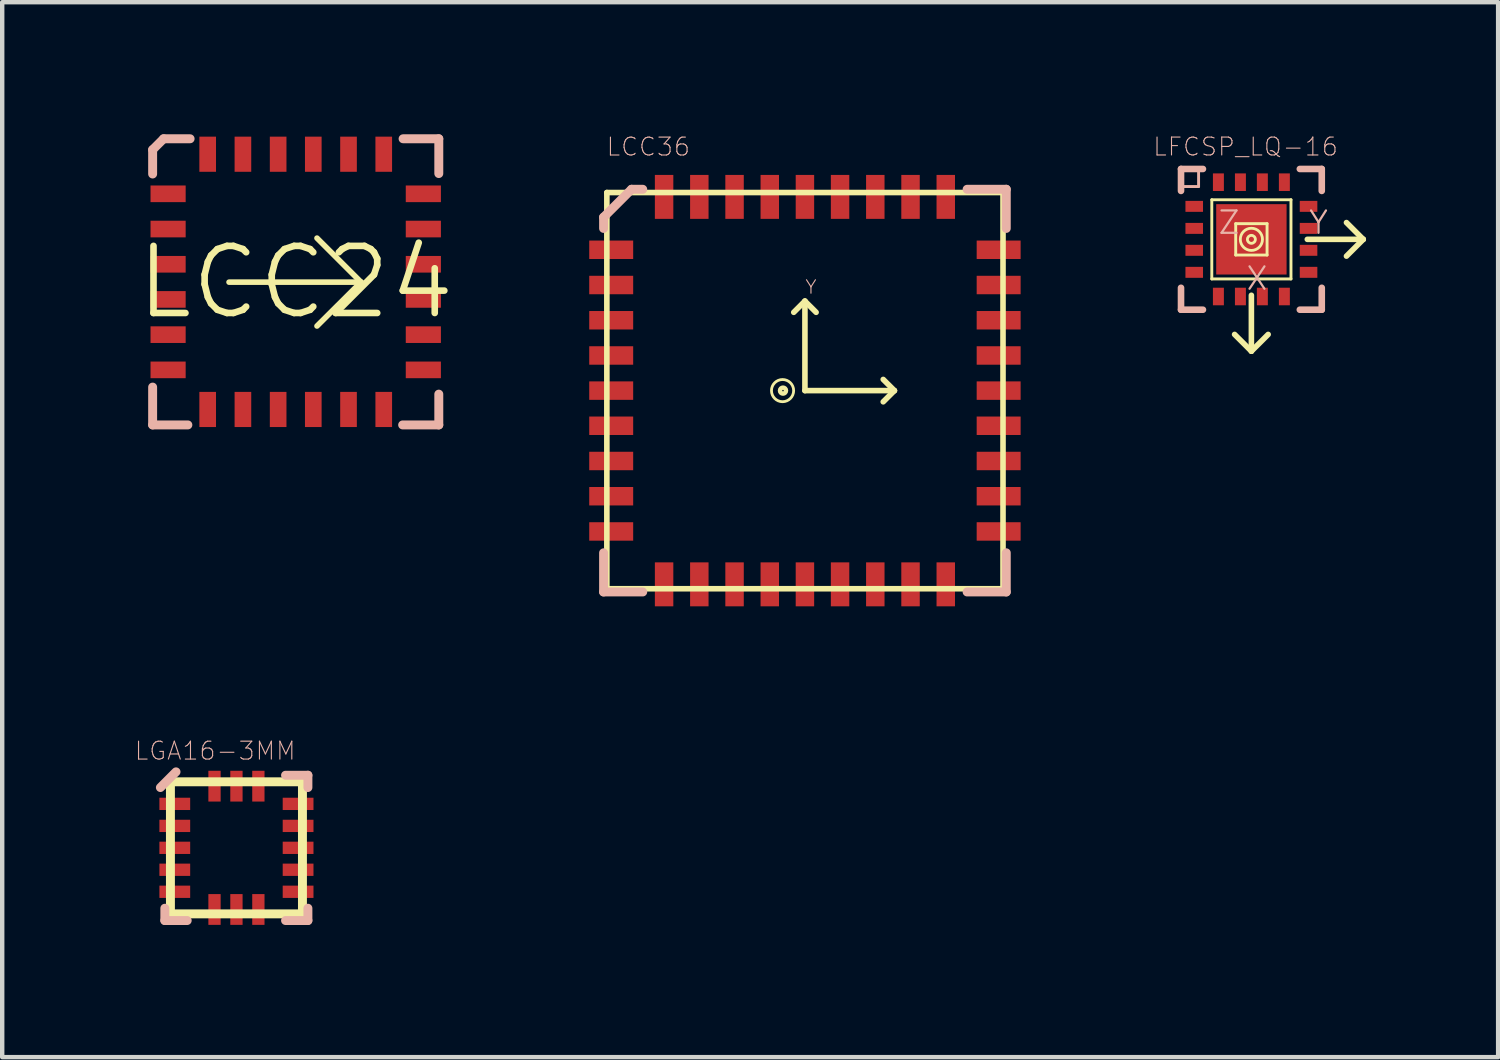
<source format=kicad_pcb>
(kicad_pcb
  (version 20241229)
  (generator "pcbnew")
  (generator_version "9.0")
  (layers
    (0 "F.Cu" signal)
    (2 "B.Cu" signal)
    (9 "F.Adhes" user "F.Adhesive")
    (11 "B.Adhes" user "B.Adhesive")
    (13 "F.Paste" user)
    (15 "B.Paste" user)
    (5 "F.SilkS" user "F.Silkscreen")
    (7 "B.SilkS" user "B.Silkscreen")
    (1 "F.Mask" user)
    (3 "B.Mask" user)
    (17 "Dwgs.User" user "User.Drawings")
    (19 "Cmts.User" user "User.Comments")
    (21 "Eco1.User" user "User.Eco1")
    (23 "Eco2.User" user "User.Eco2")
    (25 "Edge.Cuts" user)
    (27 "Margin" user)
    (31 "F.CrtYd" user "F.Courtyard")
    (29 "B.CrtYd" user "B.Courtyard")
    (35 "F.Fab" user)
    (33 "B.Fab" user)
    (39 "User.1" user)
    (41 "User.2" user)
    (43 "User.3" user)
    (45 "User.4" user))
  (footprint "LFCSP_LQ-16"
    (layer "F.Cu")
    (at 25.366 2.385)
    (property "Reference" "LFCSP_LQ-16" (at -0.132 -2.103 0) (layer "B.SilkS") (effects (font (size 0.406 0.406) (thickness 0.025))))
    (attr smd)
    (fp_line (start -0.899 -0.899) (end 0.899 -0.899) (stroke (width 0.066) (type solid)) (layer "F.SilkS"))
    (fp_line (start -0.899 0.899) (end -0.899 -0.899) (stroke (width 0.066) (type solid)) (layer "F.SilkS"))
    (fp_line (start -0.899 0.899) (end 0.899 0.899) (stroke (width 0.066) (type solid)) (layer "F.SilkS"))
    (fp_line (start -0.356 -0.356) (end 0.356 -0.356) (stroke (width 0.066) (type solid)) (layer "F.SilkS"))
    (fp_line (start -0.356 0.356) (end -0.356 -0.356) (stroke (width 0.066) (type solid)) (layer "F.SilkS"))
    (fp_line (start -0.356 0.356) (end 0.356 0.356) (stroke (width 0.066) (type solid)) (layer "F.SilkS"))
    (fp_line (start 0 1.27) (end 0 2.54) (stroke (width 0.127) (type solid)) (layer "F.SilkS"))
    (fp_line (start 0 2.54) (end -0.381 2.159) (stroke (width 0.127) (type solid)) (layer "F.SilkS"))
    (fp_line (start 0 2.54) (end 0.381 2.159) (stroke (width 0.127) (type solid)) (layer "F.SilkS"))
    (fp_line (start 0.356 0.356) (end 0.356 -0.356) (stroke (width 0.066) (type solid)) (layer "F.SilkS"))
    (fp_line (start 0.899 0.899) (end 0.899 -0.899) (stroke (width 0.066) (type solid)) (layer "F.SilkS"))
    (fp_line (start 1.27 0) (end 2.54 0) (stroke (width 0.127) (type solid)) (layer "F.SilkS"))
    (fp_line (start 2.54 0) (end 2.159 -0.381) (stroke (width 0.127) (type solid)) (layer "F.SilkS"))
    (fp_line (start 2.54 0) (end 2.159 0.381) (stroke (width 0.127) (type solid)) (layer "F.SilkS"))
    (fp_circle (center 0 0) (end -0.178 0.178) (stroke (width 0.064) (type solid)) (fill no) (layer "F.SilkS"))
    (fp_circle (center 0 0) (end -0.064 0.064) (stroke (width 0.064) (type solid)) (fill no) (layer "F.SilkS"))
    (fp_line (start -1.598 -1.598) (end -1.199 -1.598) (stroke (width 0.066) (type solid)) (layer "B.SilkS"))
    (fp_line (start -1.598 -1.598) (end -1.1 -1.598) (stroke (width 0.15) (type solid)) (layer "B.SilkS"))
    (fp_line (start -1.598 -1.199) (end -1.598 -1.598) (stroke (width 0.066) (type solid)) (layer "B.SilkS"))
    (fp_line (start -1.598 -1.199) (end -1.199 -1.199) (stroke (width 0.066) (type solid)) (layer "B.SilkS"))
    (fp_line (start -1.598 -1.1) (end -1.598 -1.598) (stroke (width 0.15) (type solid)) (layer "B.SilkS"))
    (fp_line (start -1.598 1.598) (end -1.598 1.1) (stroke (width 0.15) (type solid)) (layer "B.SilkS"))
    (fp_line (start -1.199 -1.199) (end -1.199 -1.598) (stroke (width 0.066) (type solid)) (layer "B.SilkS"))
    (fp_line (start -1.1 1.598) (end -1.598 1.598) (stroke (width 0.15) (type solid)) (layer "B.SilkS"))
    (fp_line (start 1.1 -1.598) (end 1.598 -1.598) (stroke (width 0.15) (type solid)) (layer "B.SilkS"))
    (fp_line (start 1.598 -1.598) (end 1.598 -1.1) (stroke (width 0.15) (type solid)) (layer "B.SilkS"))
    (fp_line (start 1.598 1.1) (end 1.598 1.598) (stroke (width 0.15) (type solid)) (layer "B.SilkS"))
    (fp_line (start 1.598 1.598) (end 1.1 1.598) (stroke (width 0.15) (type solid)) (layer "B.SilkS"))
    (fp_text user "X" (at 0.127 0.889 0) (layer "B.SilkS") (effects (font (size 0.508 0.508) (thickness 0.051))))
    (fp_text user "Y" (at 1.524 -0.381 0) (layer "B.SilkS") (effects (font (size 0.508 0.508) (thickness 0.051))))
    (fp_text user "Z" (at -0.508 -0.381 0) (layer "B.SilkS") (effects (font (size 0.508 0.508) (thickness 0.051))))
    (pad "1" smd rect (at -1.298 -0.749) (size 0.399 0.249) (layers "F.Cu" "F.Mask" "F.Paste"))
    (pad "2" smd rect (at -1.298 -0.249) (size 0.399 0.249) (layers "F.Cu" "F.Mask" "F.Paste"))
    (pad "3" smd rect (at -1.298 0.249) (size 0.399 0.249) (layers "F.Cu" "F.Mask" "F.Paste"))
    (pad "4" smd rect (at -1.298 0.749) (size 0.399 0.249) (layers "F.Cu" "F.Mask" "F.Paste"))
    (pad "5" smd rect (at -0.749 1.298 90) (size 0.399 0.249) (layers "F.Cu" "F.Mask" "F.Paste"))
    (pad "6" smd rect (at -0.249 1.298 90) (size 0.399 0.249) (layers "F.Cu" "F.Mask" "F.Paste"))
    (pad "7" smd rect (at 0.249 1.298 90) (size 0.399 0.249) (layers "F.Cu" "F.Mask" "F.Paste"))
    (pad "8" smd rect (at 0.749 1.298 90) (size 0.399 0.249) (layers "F.Cu" "F.Mask" "F.Paste"))
    (pad "9" smd rect (at 1.298 0.749 180) (size 0.399 0.249) (layers "F.Cu" "F.Mask" "F.Paste"))
    (pad "10" smd rect (at 1.298 0.249 180) (size 0.399 0.249) (layers "F.Cu" "F.Mask" "F.Paste"))
    (pad "11" smd rect (at 1.298 -0.249 180) (size 0.399 0.249) (layers "F.Cu" "F.Mask" "F.Paste"))
    (pad "12" smd rect (at 1.298 -0.749 180) (size 0.399 0.249) (layers "F.Cu" "F.Mask" "F.Paste"))
    (pad "13" smd rect (at 0.749 -1.298 270) (size 0.399 0.249) (layers "F.Cu" "F.Mask" "F.Paste"))
    (pad "14" smd rect (at 0.249 -1.298 270) (size 0.399 0.249) (layers "F.Cu" "F.Mask" "F.Paste"))
    (pad "15" smd rect (at -0.249 -1.298 270) (size 0.399 0.249) (layers "F.Cu" "F.Mask" "F.Paste"))
    (pad "16" smd rect (at -0.749 -1.298 270) (size 0.399 0.249) (layers "F.Cu" "F.Mask" "F.Paste"))
    (pad "EXP" smd rect (at 0 0) (size 1.598 1.598) (layers "F.Cu" "F.Mask" "F.Paste")))
  (footprint "LGA16-3MM"
    (layer "F.Cu")
    (at 2.319 16.202)
    (property "Reference" "LGA16-3MM" (at -0.483 -2.202 0) (layer "B.SilkS") (effects (font (size 0.406 0.406) (thickness 0.025))))
    (attr smd)
    (fp_line (start -1.499 -1.499) (end 1.499 -1.499) (stroke (width 0.203) (type solid)) (layer "F.SilkS"))
    (fp_line (start -1.499 1.499) (end -1.499 -1.499) (stroke (width 0.203) (type solid)) (layer "F.SilkS"))
    (fp_line (start 1.499 -1.499) (end 1.499 1.499) (stroke (width 0.203) (type solid)) (layer "F.SilkS"))
    (fp_line (start 1.499 1.499) (end -1.499 1.499) (stroke (width 0.203) (type solid)) (layer "F.SilkS"))
    (fp_line (start -1.727 -1.369) (end -1.372 -1.725) (stroke (width 0.203) (type solid)) (layer "B.SilkS"))
    (fp_line (start -1.626 1.372) (end -1.626 1.651) (stroke (width 0.203) (type solid)) (layer "B.SilkS"))
    (fp_line (start -1.626 1.651) (end -1.118 1.651) (stroke (width 0.203) (type solid)) (layer "B.SilkS"))
    (fp_line (start 1.115 -1.648) (end 1.623 -1.648) (stroke (width 0.203) (type solid)) (layer "B.SilkS"))
    (fp_line (start 1.115 1.651) (end 1.623 1.651) (stroke (width 0.203) (type solid)) (layer "B.SilkS"))
    (fp_line (start 1.623 -1.648) (end 1.623 -1.369) (stroke (width 0.203) (type solid)) (layer "B.SilkS"))
    (fp_line (start 1.623 1.372) (end 1.623 1.651) (stroke (width 0.203) (type solid)) (layer "B.SilkS"))
    (pad "1" smd rect (at -1.4 -0.998 180) (size 0.699 0.279) (layers "F.Cu" "F.Mask" "F.Paste"))
    (pad "2" smd rect (at -1.4 -0.498) (size 0.699 0.279) (layers "F.Cu" "F.Mask" "F.Paste"))
    (pad "3" smd rect (at -1.4 0) (size 0.699 0.279) (layers "F.Cu" "F.Mask" "F.Paste"))
    (pad "4" smd rect (at -1.4 0.498) (size 0.699 0.279) (layers "F.Cu" "F.Mask" "F.Paste"))
    (pad "5" smd rect (at -1.4 0.998 180) (size 0.699 0.279) (layers "F.Cu" "F.Mask" "F.Paste"))
    (pad "6" smd rect (at -0.498 1.4 90) (size 0.699 0.279) (layers "F.Cu" "F.Mask" "F.Paste"))
    (pad "7" smd rect (at 0 1.4 90) (size 0.699 0.279) (layers "F.Cu" "F.Mask" "F.Paste"))
    (pad "8" smd rect (at 0.498 1.4 90) (size 0.699 0.279) (layers "F.Cu" "F.Mask" "F.Paste"))
    (pad "9" smd rect (at 1.4 0.998 180) (size 0.699 0.279) (layers "F.Cu" "F.Mask" "F.Paste"))
    (pad "10" smd rect (at 1.4 0.498 180) (size 0.699 0.279) (layers "F.Cu" "F.Mask" "F.Paste"))
    (pad "11" smd rect (at 1.4 0 180) (size 0.699 0.279) (layers "F.Cu" "F.Mask" "F.Paste"))
    (pad "12" smd rect (at 1.4 -0.498 180) (size 0.699 0.279) (layers "F.Cu" "F.Mask" "F.Paste"))
    (pad "13" smd rect (at 1.4 -0.998 180) (size 0.699 0.279) (layers "F.Cu" "F.Mask" "F.Paste"))
    (pad "14" smd rect (at 0.498 -1.4 270) (size 0.699 0.279) (layers "F.Cu" "F.Mask" "F.Paste"))
    (pad "15" smd rect (at 0 -1.4 270) (size 0.699 0.279) (layers "F.Cu" "F.Mask" "F.Paste"))
    (pad "16" smd rect (at -0.498 -1.4 270) (size 0.699 0.279) (layers "F.Cu" "F.Mask" "F.Paste")))
  (footprint "LCC24"
    (layer "F.Cu")
    (at 3.665 3.36)
    (property "Reference" "LCC24" (at 0 0 0) (layer "F.SilkS") (effects (font (size 1.524 1.524) (thickness 0.15))))
    (attr smd)
    (fp_line (start 1.483 -0.003) (end -1.514 -0.003) (stroke (width 0.127) (type solid)) (layer "F.SilkS"))
    (fp_line (start 1.483 -0.003) (end 0.483 -1.003) (stroke (width 0.127) (type solid)) (layer "F.SilkS"))
    (fp_line (start 1.483 -0.003) (end 0.483 0.993) (stroke (width 0.127) (type solid)) (layer "F.SilkS"))
    (fp_line (start -3.249 -3.01) (end -3.249 -2.459) (stroke (width 0.203) (type solid)) (layer "B.SilkS"))
    (fp_line (start -3.249 2.38) (end -3.249 3.239) (stroke (width 0.203) (type solid)) (layer "B.SilkS"))
    (fp_line (start -3.249 3.239) (end -2.449 3.239) (stroke (width 0.203) (type solid)) (layer "B.SilkS"))
    (fp_line (start -3 -3.259) (end -3.249 -3.01) (stroke (width 0.203) (type solid)) (layer "B.SilkS"))
    (fp_line (start -2.398 -3.259) (end -3 -3.259) (stroke (width 0.203) (type solid)) (layer "B.SilkS"))
    (fp_line (start 3.249 -3.259) (end 2.438 -3.259) (stroke (width 0.203) (type solid)) (layer "B.SilkS"))
    (fp_line (start 3.249 -2.469) (end 3.249 -3.259) (stroke (width 0.203) (type solid)) (layer "B.SilkS"))
    (fp_line (start 3.249 3.239) (end 2.428 3.239) (stroke (width 0.203) (type solid)) (layer "B.SilkS"))
    (fp_line (start 3.249 3.239) (end 3.249 2.54) (stroke (width 0.203) (type solid)) (layer "B.SilkS"))
    (pad "1" smd rect (at -2.898 -2.009) (size 0.798 0.378) (layers "F.Cu" "F.Mask" "F.Paste"))
    (pad "2" smd rect (at -2.898 -1.209) (size 0.798 0.378) (layers "F.Cu" "F.Mask" "F.Paste"))
    (pad "3" smd rect (at -2.898 -0.409) (size 0.798 0.378) (layers "F.Cu" "F.Mask" "F.Paste"))
    (pad "4" smd rect (at -2.898 0.389) (size 0.798 0.378) (layers "F.Cu" "F.Mask" "F.Paste"))
    (pad "5" smd rect (at -2.898 1.189) (size 0.798 0.378) (layers "F.Cu" "F.Mask" "F.Paste"))
    (pad "6" smd rect (at -2.898 1.989) (size 0.798 0.378) (layers "F.Cu" "F.Mask" "F.Paste"))
    (pad "7" smd rect (at -1.999 2.888 90) (size 0.798 0.378) (layers "F.Cu" "F.Mask" "F.Paste"))
    (pad "8" smd rect (at -1.199 2.888 90) (size 0.798 0.378) (layers "F.Cu" "F.Mask" "F.Paste"))
    (pad "9" smd rect (at -0.399 2.888 90) (size 0.798 0.378) (layers "F.Cu" "F.Mask" "F.Paste"))
    (pad "10" smd rect (at 0.399 2.888 90) (size 0.798 0.378) (layers "F.Cu" "F.Mask" "F.Paste"))
    (pad "11" smd rect (at 1.199 2.888 90) (size 0.798 0.378) (layers "F.Cu" "F.Mask" "F.Paste"))
    (pad "12" smd rect (at 1.999 2.888 90) (size 0.798 0.378) (layers "F.Cu" "F.Mask" "F.Paste"))
    (pad "13" smd rect (at 2.898 1.989) (size 0.798 0.378) (layers "F.Cu" "F.Mask" "F.Paste"))
    (pad "14" smd rect (at 2.898 1.189) (size 0.798 0.378) (layers "F.Cu" "F.Mask" "F.Paste"))
    (pad "15" smd rect (at 2.898 0.389) (size 0.798 0.378) (layers "F.Cu" "F.Mask" "F.Paste"))
    (pad "16" smd rect (at 2.898 -0.409) (size 0.798 0.378) (layers "F.Cu" "F.Mask" "F.Paste"))
    (pad "17" smd rect (at 2.898 -1.209) (size 0.798 0.378) (layers "F.Cu" "F.Mask" "F.Paste"))
    (pad "18" smd rect (at 2.898 -2.009) (size 0.798 0.378) (layers "F.Cu" "F.Mask" "F.Paste"))
    (pad "19" smd rect (at 1.999 -2.908 90) (size 0.798 0.378) (layers "F.Cu" "F.Mask" "F.Paste"))
    (pad "20" smd rect (at 1.199 -2.908 90) (size 0.798 0.378) (layers "F.Cu" "F.Mask" "F.Paste"))
    (pad "21" smd rect (at 0.399 -2.908 90) (size 0.798 0.378) (layers "F.Cu" "F.Mask" "F.Paste"))
    (pad "22" smd rect (at -0.399 -2.908 90) (size 0.798 0.378) (layers "F.Cu" "F.Mask" "F.Paste"))
    (pad "23" smd rect (at -1.199 -2.908 90) (size 0.798 0.378) (layers "F.Cu" "F.Mask" "F.Paste"))
    (pad "24" smd rect (at -1.999 -2.908 90) (size 0.798 0.378) (layers "F.Cu" "F.Mask" "F.Paste")))
  (footprint "LCC36"
    (layer "F.Cu")
    (at 15.228 5.82)
    (property "Reference" "LCC36" (at -3.556 -5.537 0) (layer "B.SilkS") (effects (font (size 0.406 0.406) (thickness 0.025))))
    (attr smd)
    (fp_line (start -4.498 -4.498) (end -4.498 4.498) (stroke (width 0.127) (type solid)) (layer "F.SilkS"))
    (fp_line (start -4.498 4.498) (end 4.498 4.498) (stroke (width 0.127) (type solid)) (layer "F.SilkS"))
    (fp_line (start -0.254 -1.778) (end 0 -2.032) (stroke (width 0.127) (type solid)) (layer "F.SilkS"))
    (fp_line (start 0 -2.032) (end 0.254 -1.778) (stroke (width 0.127) (type solid)) (layer "F.SilkS"))
    (fp_line (start 0 0) (end 0 -2.032) (stroke (width 0.127) (type solid)) (layer "F.SilkS"))
    (fp_line (start 0 0) (end 2.032 0) (stroke (width 0.127) (type solid)) (layer "F.SilkS"))
    (fp_line (start 1.778 -0.254) (end 2.032 0) (stroke (width 0.127) (type solid)) (layer "F.SilkS"))
    (fp_line (start 2.032 0) (end 1.778 0.254) (stroke (width 0.127) (type solid)) (layer "F.SilkS"))
    (fp_line (start 4.498 -4.498) (end -4.498 -4.498) (stroke (width 0.127) (type solid)) (layer "F.SilkS"))
    (fp_line (start 4.498 4.498) (end 4.498 -4.498) (stroke (width 0.127) (type solid)) (layer "F.SilkS"))
    (fp_circle (center -0.508 0) (end -0.686 0.178) (stroke (width 0.064) (type solid)) (fill no) (layer "F.SilkS"))
    (fp_circle (center -0.498 0) (end -0.546 0.048) (stroke (width 0.102) (type solid)) (fill no) (layer "F.SilkS"))
    (fp_line (start -4.572 -3.937) (end -3.937 -4.572) (stroke (width 0.203) (type solid)) (layer "B.SilkS"))
    (fp_line (start -4.572 -3.683) (end -4.572 -3.937) (stroke (width 0.203) (type solid)) (layer "B.SilkS"))
    (fp_line (start -4.572 3.683) (end -4.572 4.572) (stroke (width 0.203) (type solid)) (layer "B.SilkS"))
    (fp_line (start -4.572 4.572) (end -3.683 4.572) (stroke (width 0.203) (type solid)) (layer "B.SilkS"))
    (fp_line (start -3.937 -4.572) (end -3.683 -4.572) (stroke (width 0.203) (type solid)) (layer "B.SilkS"))
    (fp_line (start 3.683 -4.572) (end 4.572 -4.572) (stroke (width 0.203) (type solid)) (layer "B.SilkS"))
    (fp_line (start 4.572 -4.572) (end 4.572 -3.683) (stroke (width 0.203) (type solid)) (layer "B.SilkS"))
    (fp_line (start 4.572 3.683) (end 4.572 4.572) (stroke (width 0.203) (type solid)) (layer "B.SilkS"))
    (fp_line (start 4.572 4.572) (end 3.683 4.572) (stroke (width 0.203) (type solid)) (layer "B.SilkS"))
    (fp_text user "Y" (at 0.137 -2.352 0) (layer "B.SilkS") (effects (font (size 0.305 0.305) (thickness 0.025))))
    (pad "1" smd rect (at -4.399 -3.198 90) (size 0.419 0.998) (layers "F.Cu" "F.Mask" "F.Paste"))
    (pad "2" smd rect (at -4.399 -2.398 90) (size 0.419 0.998) (layers "F.Cu" "F.Mask" "F.Paste"))
    (pad "3" smd rect (at -4.399 -1.598 90) (size 0.419 0.998) (layers "F.Cu" "F.Mask" "F.Paste"))
    (pad "4" smd rect (at -4.399 -0.798 90) (size 0.419 0.998) (layers "F.Cu" "F.Mask" "F.Paste"))
    (pad "5" smd rect (at -4.399 0 90) (size 0.419 0.998) (layers "F.Cu" "F.Mask" "F.Paste"))
    (pad "6" smd rect (at -4.399 0.798 90) (size 0.419 0.998) (layers "F.Cu" "F.Mask" "F.Paste"))
    (pad "7" smd rect (at -4.399 1.598 90) (size 0.419 0.998) (layers "F.Cu" "F.Mask" "F.Paste"))
    (pad "8" smd rect (at -4.399 2.398 90) (size 0.419 0.998) (layers "F.Cu" "F.Mask" "F.Paste"))
    (pad "9" smd rect (at -4.399 3.198 90) (size 0.419 0.998) (layers "F.Cu" "F.Mask" "F.Paste"))
    (pad "10" smd rect (at -3.198 4.399 180) (size 0.419 0.998) (layers "F.Cu" "F.Mask" "F.Paste"))
    (pad "11" smd rect (at -2.398 4.399 180) (size 0.419 0.998) (layers "F.Cu" "F.Mask" "F.Paste"))
    (pad "12" smd rect (at -1.598 4.399 180) (size 0.419 0.998) (layers "F.Cu" "F.Mask" "F.Paste"))
    (pad "13" smd rect (at -0.798 4.399 180) (size 0.419 0.998) (layers "F.Cu" "F.Mask" "F.Paste"))
    (pad "14" smd rect (at 0 4.399 180) (size 0.419 0.998) (layers "F.Cu" "F.Mask" "F.Paste"))
    (pad "15" smd rect (at 0.798 4.399 180) (size 0.419 0.998) (layers "F.Cu" "F.Mask" "F.Paste"))
    (pad "16" smd rect (at 1.598 4.399 180) (size 0.419 0.998) (layers "F.Cu" "F.Mask" "F.Paste"))
    (pad "17" smd rect (at 2.398 4.399 180) (size 0.419 0.998) (layers "F.Cu" "F.Mask" "F.Paste"))
    (pad "18" smd rect (at 3.198 4.399 180) (size 0.419 0.998) (layers "F.Cu" "F.Mask" "F.Paste"))
    (pad "19" smd rect (at 4.399 3.198 270) (size 0.419 0.998) (layers "F.Cu" "F.Mask" "F.Paste"))
    (pad "20" smd rect (at 4.399 2.398 270) (size 0.419 0.998) (layers "F.Cu" "F.Mask" "F.Paste"))
    (pad "21" smd rect (at 4.399 1.598 270) (size 0.419 0.998) (layers "F.Cu" "F.Mask" "F.Paste"))
    (pad "22" smd rect (at 4.399 0.798 270) (size 0.419 0.998) (layers "F.Cu" "F.Mask" "F.Paste"))
    (pad "23" smd rect (at 4.399 0 270) (size 0.419 0.998) (layers "F.Cu" "F.Mask" "F.Paste"))
    (pad "24" smd rect (at 4.399 -0.798 270) (size 0.419 0.998) (layers "F.Cu" "F.Mask" "F.Paste"))
    (pad "25" smd rect (at 4.399 -1.598 270) (size 0.419 0.998) (layers "F.Cu" "F.Mask" "F.Paste"))
    (pad "26" smd rect (at 4.399 -2.398 270) (size 0.419 0.998) (layers "F.Cu" "F.Mask" "F.Paste"))
    (pad "27" smd rect (at 4.399 -3.198 270) (size 0.419 0.998) (layers "F.Cu" "F.Mask" "F.Paste"))
    (pad "28" smd rect (at 3.198 -4.399) (size 0.419 0.998) (layers "F.Cu" "F.Mask" "F.Paste"))
    (pad "29" smd rect (at 2.398 -4.399) (size 0.419 0.998) (layers "F.Cu" "F.Mask" "F.Paste"))
    (pad "30" smd rect (at 1.598 -4.399) (size 0.419 0.998) (layers "F.Cu" "F.Mask" "F.Paste"))
    (pad "31" smd rect (at 0.798 -4.399) (size 0.419 0.998) (layers "F.Cu" "F.Mask" "F.Paste"))
    (pad "32" smd rect (at 0 -4.399) (size 0.419 0.998) (layers "F.Cu" "F.Mask" "F.Paste"))
    (pad "33" smd rect (at -0.798 -4.399) (size 0.419 0.998) (layers "F.Cu" "F.Mask" "F.Paste"))
    (pad "34" smd rect (at -1.598 -4.399) (size 0.419 0.998) (layers "F.Cu" "F.Mask" "F.Paste"))
    (pad "35" smd rect (at -2.398 -4.399) (size 0.419 0.998) (layers "F.Cu" "F.Mask" "F.Paste"))
    (pad "36" smd rect (at -3.198 -4.399) (size 0.419 0.998) (layers "F.Cu" "F.Mask" "F.Paste")))
  (gr_rect
    (start -3 -3)
    (end 30.969 20.955)
    (stroke (width 0.1) (type default))
    (fill no)
    (layer "Edge.Cuts")))
</source>
